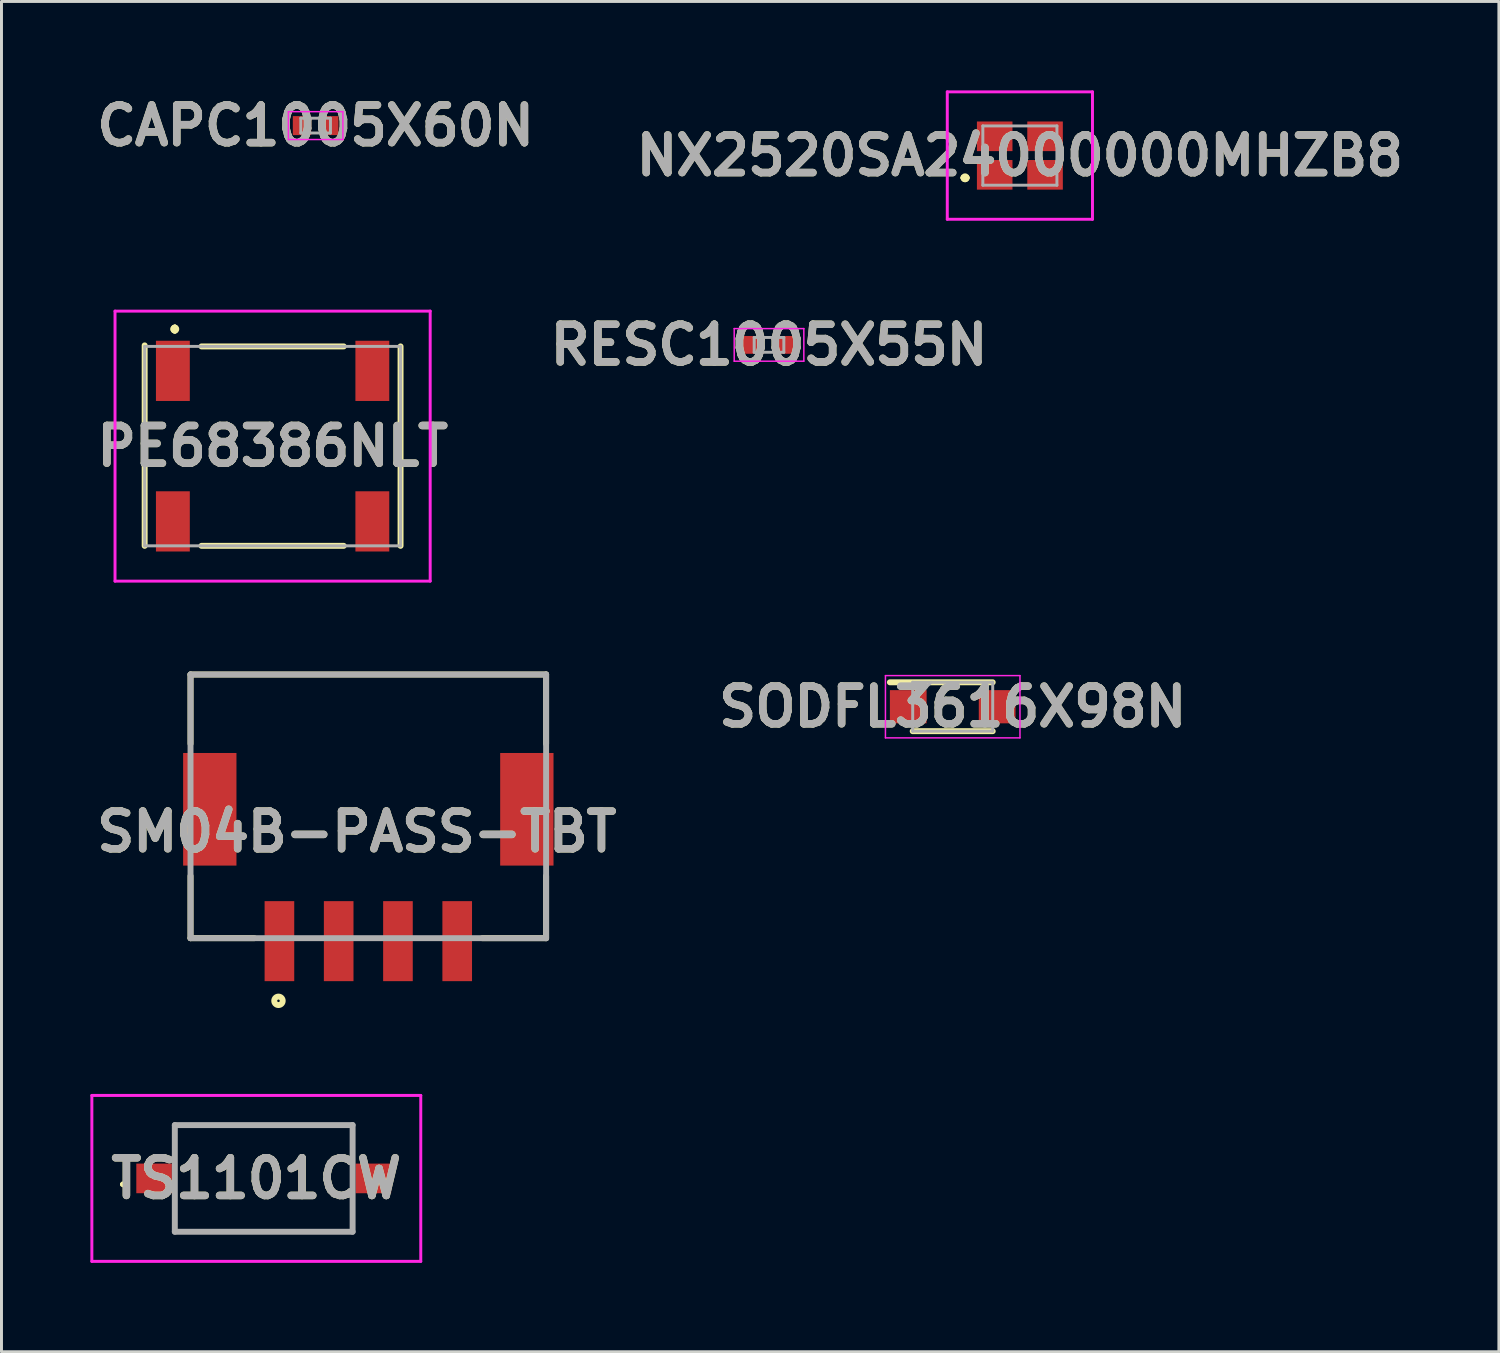
<source format=kicad_pcb>
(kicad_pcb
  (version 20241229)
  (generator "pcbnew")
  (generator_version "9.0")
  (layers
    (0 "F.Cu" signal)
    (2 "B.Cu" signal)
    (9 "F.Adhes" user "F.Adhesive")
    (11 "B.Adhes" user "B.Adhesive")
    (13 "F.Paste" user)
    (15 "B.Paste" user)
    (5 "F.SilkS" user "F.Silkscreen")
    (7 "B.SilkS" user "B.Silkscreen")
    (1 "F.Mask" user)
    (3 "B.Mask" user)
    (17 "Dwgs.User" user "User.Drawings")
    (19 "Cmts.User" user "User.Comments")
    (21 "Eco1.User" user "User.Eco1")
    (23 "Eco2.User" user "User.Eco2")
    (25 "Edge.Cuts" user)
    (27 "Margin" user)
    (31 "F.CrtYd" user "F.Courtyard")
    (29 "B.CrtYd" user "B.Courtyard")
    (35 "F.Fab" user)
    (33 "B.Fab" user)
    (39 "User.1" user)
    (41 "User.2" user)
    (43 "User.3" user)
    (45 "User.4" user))
  (footprint "SODFL3616X98N"
    (layer "F.Cu")
    (at 29.102 20.801)
    (property "Reference" "SODFL3616X98N" (at 0 0 0) (layer "F.SilkS") (effects (font (size 1.27 1.27) (thickness 0.254))))
    (attr smd)
    (fp_line (start -2.12 -0.825) (end 1.35 -0.825) (stroke (width 0.2) (type solid)) (layer "F.SilkS"))
    (fp_line (start -1.35 0.825) (end 1.35 0.825) (stroke (width 0.2) (type solid)) (layer "F.SilkS"))
    (fp_line (start -2.27 -1.05) (end 2.27 -1.05) (stroke (width 0.05) (type solid)) (layer "F.CrtYd"))
    (fp_line (start -2.27 1.05) (end -2.27 -1.05) (stroke (width 0.05) (type solid)) (layer "F.CrtYd"))
    (fp_line (start 2.27 -1.05) (end 2.27 1.05) (stroke (width 0.05) (type solid)) (layer "F.CrtYd"))
    (fp_line (start 2.27 1.05) (end -2.27 1.05) (stroke (width 0.05) (type solid)) (layer "F.CrtYd"))
    (fp_line (start -1.35 -0.825) (end 1.35 -0.825) (stroke (width 0.1) (type solid)) (layer "F.Fab"))
    (fp_line (start -1.35 -0.205) (end -0.73 -0.825) (stroke (width 0.1) (type solid)) (layer "F.Fab"))
    (fp_line (start -1.35 0.825) (end -1.35 -0.825) (stroke (width 0.1) (type solid)) (layer "F.Fab"))
    (fp_line (start 1.35 -0.825) (end 1.35 0.825) (stroke (width 0.1) (type solid)) (layer "F.Fab"))
    (fp_line (start 1.35 0.825) (end -1.35 0.825) (stroke (width 0.1) (type solid)) (layer "F.Fab"))
    (fp_text user "${REFERENCE}" (at 0 0 0) (layer "F.Fab") (effects (font (size 1.27 1.27) (thickness 0.254))))
    (pad "1" smd rect (at -1.5 0 90) (size 1.12 1.24) (layers "F.Cu" "F.Mask" "F.Paste"))
    (pad "2" smd rect (at 1.5 0 90) (size 1.12 1.24) (layers "F.Cu" "F.Mask" "F.Paste")))
  (footprint "NX2520SA24000000MHZB8"
    (layer "F.Cu")
    (at 31.369 2.2)
    (property "Reference" "NX2520SA24000000MHZB8" (at 0 0 0) (layer "F.SilkS") (effects (font (size 1.27 1.27) (thickness 0.254))))
    (attr smd)
    (fp_line (start -1.9 0.75) (end -1.9 0.75) (stroke (width 0.2) (type solid)) (layer "F.SilkS"))
    (fp_line (start -1.9 0.75) (end -1.9 0.75) (stroke (width 0.2) (type solid)) (layer "F.SilkS"))
    (fp_line (start -1.8 0.75) (end -1.8 0.75) (stroke (width 0.2) (type solid)) (layer "F.SilkS"))
    (fp_arc (start -1.9 0.75) (mid -1.85 0.7) (end -1.8 0.75) (stroke (width 0.2) (type solid)) (layer "F.SilkS"))
    (fp_arc (start -1.8 0.75) (mid -1.85 0.8) (end -1.9 0.75) (stroke (width 0.2) (type solid)) (layer "F.SilkS"))
    (fp_arc (start -1.8 0.75) (mid -1.85 0.8) (end -1.9 0.75) (stroke (width 0.2) (type solid)) (layer "F.SilkS"))
    (fp_line (start -2.45 -2.15) (end 2.45 -2.15) (stroke (width 0.1) (type solid)) (layer "F.CrtYd"))
    (fp_line (start -2.45 2.15) (end -2.45 -2.15) (stroke (width 0.1) (type solid)) (layer "F.CrtYd"))
    (fp_line (start 2.45 -2.15) (end 2.45 2.15) (stroke (width 0.1) (type solid)) (layer "F.CrtYd"))
    (fp_line (start 2.45 2.15) (end -2.45 2.15) (stroke (width 0.1) (type solid)) (layer "F.CrtYd"))
    (fp_line (start -1.25 -1) (end -1.25 1) (stroke (width 0.1) (type solid)) (layer "F.Fab"))
    (fp_line (start -1.25 1) (end 1.25 1) (stroke (width 0.1) (type solid)) (layer "F.Fab"))
    (fp_line (start 1.25 -1) (end -1.25 -1) (stroke (width 0.1) (type solid)) (layer "F.Fab"))
    (fp_line (start 1.25 1) (end 1.25 -1) (stroke (width 0.1) (type solid)) (layer "F.Fab"))
    (fp_text user "${REFERENCE}" (at 0 0 0) (layer "F.Fab") (effects (font (size 1.27 1.27) (thickness 0.254))))
    (pad "1" smd rect (at -0.85 0.65 90) (size 1 1.2) (layers "F.Cu" "F.Mask" "F.Paste"))
    (pad "2" smd rect (at 0.85 0.65 90) (size 1 1.2) (layers "F.Cu" "F.Mask" "F.Paste"))
    (pad "3" smd rect (at 0.85 -0.65 90) (size 1 1.2) (layers "F.Cu" "F.Mask" "F.Paste"))
    (pad "4" smd rect (at -0.85 -0.65 90) (size 1 1.2) (layers "F.Cu" "F.Mask" "F.Paste")))
  (footprint "TS1101CW"
    (layer "F.Cu")
    (at 5.85 36.719)
    (property "Reference" "TS1101CW" (at -0.25 0 0) (layer "F.SilkS") (effects (font (size 1.27 1.27) (thickness 0.254))))
    (attr smd)
    (fp_line (start -4.8 0.2) (end -4.8 0.2) (stroke (width 0.1) (type solid)) (layer "F.SilkS"))
    (fp_line (start -4.7 0.2) (end -4.7 0.2) (stroke (width 0.1) (type solid)) (layer "F.SilkS"))
    (fp_line (start -3 -1.8) (end 3 -1.8) (stroke (width 0.1) (type solid)) (layer "F.SilkS"))
    (fp_line (start -3 -0.9) (end -3 -1.8) (stroke (width 0.1) (type solid)) (layer "F.SilkS"))
    (fp_line (start -3 0.9) (end -3 1.8) (stroke (width 0.1) (type solid)) (layer "F.SilkS"))
    (fp_line (start -3 1.8) (end 3 1.8) (stroke (width 0.1) (type solid)) (layer "F.SilkS"))
    (fp_line (start 3 -1.8) (end 3 -0.9) (stroke (width 0.1) (type solid)) (layer "F.SilkS"))
    (fp_line (start 3 1.8) (end 3 0.9) (stroke (width 0.1) (type solid)) (layer "F.SilkS"))
    (fp_arc (start -4.8 0.2) (mid -4.75 0.15) (end -4.7 0.2) (stroke (width 0.1) (type solid)) (layer "F.SilkS"))
    (fp_arc (start -4.7 0.2) (mid -4.75 0.25) (end -4.8 0.2) (stroke (width 0.1) (type solid)) (layer "F.SilkS"))
    (fp_line (start -5.8 -2.8) (end 5.3 -2.8) (stroke (width 0.1) (type solid)) (layer "F.CrtYd"))
    (fp_line (start -5.8 2.8) (end -5.8 -2.8) (stroke (width 0.1) (type solid)) (layer "F.CrtYd"))
    (fp_line (start 5.3 -2.8) (end 5.3 2.8) (stroke (width 0.1) (type solid)) (layer "F.CrtYd"))
    (fp_line (start 5.3 2.8) (end -5.8 2.8) (stroke (width 0.1) (type solid)) (layer "F.CrtYd"))
    (fp_line (start -3 -1.8) (end 3 -1.8) (stroke (width 0.2) (type solid)) (layer "F.Fab"))
    (fp_line (start -3 1.8) (end -3 -1.8) (stroke (width 0.2) (type solid)) (layer "F.Fab"))
    (fp_line (start 3 -1.8) (end 3 1.8) (stroke (width 0.2) (type solid)) (layer "F.Fab"))
    (fp_line (start 3 1.8) (end -3 1.8) (stroke (width 0.2) (type solid)) (layer "F.Fab"))
    (fp_text user "${REFERENCE}" (at -0.25 0 0) (layer "F.Fab") (effects (font (size 1.27 1.27) (thickness 0.254))))
    (pad "1" smd rect (at -3.7 0 90) (size 1 1.2) (layers "F.Cu" "F.Mask" "F.Paste"))
    (pad "2" smd rect (at 3.7 0 90) (size 1 1.2) (layers "F.Cu" "F.Mask" "F.Paste")))
  (footprint "CAPC1005X60N"
    (layer "F.Cu")
    (at 7.602 1.189)
    (property "Reference" "CAPC1005X60N" (at 0 0 0) (layer "F.SilkS") (effects (font (size 1.27 1.27) (thickness 0.254))))
    (attr smd)
    (fp_line (start -0.92 -0.47) (end 0.92 -0.47) (stroke (width 0.05) (type solid)) (layer "F.CrtYd"))
    (fp_line (start -0.92 0.47) (end -0.92 -0.47) (stroke (width 0.05) (type solid)) (layer "F.CrtYd"))
    (fp_line (start 0.92 -0.47) (end 0.92 0.47) (stroke (width 0.05) (type solid)) (layer "F.CrtYd"))
    (fp_line (start 0.92 0.47) (end -0.92 0.47) (stroke (width 0.05) (type solid)) (layer "F.CrtYd"))
    (fp_line (start -0.5 -0.25) (end 0.5 -0.25) (stroke (width 0.1) (type solid)) (layer "F.Fab"))
    (fp_line (start -0.5 0.25) (end -0.5 -0.25) (stroke (width 0.1) (type solid)) (layer "F.Fab"))
    (fp_line (start 0.5 -0.25) (end 0.5 0.25) (stroke (width 0.1) (type solid)) (layer "F.Fab"))
    (fp_line (start 0.5 0.25) (end -0.5 0.25) (stroke (width 0.1) (type solid)) (layer "F.Fab"))
    (fp_text user "${REFERENCE}" (at 0 0 0) (layer "F.Fab") (effects (font (size 1.27 1.27) (thickness 0.254))))
    (pad "1" smd rect (at -0.46 0) (size 0.62 0.64) (layers "F.Cu" "F.Mask" "F.Paste"))
    (pad "2" smd rect (at 0.46 0) (size 0.62 0.64) (layers "F.Cu" "F.Mask" "F.Paste")))
  (footprint "SM04B-PASS-TBT"
    (layer "F.Cu")
    (at 9.38 28.612)
    (property "Reference" "SM04B-PASS-TBT" (at -0.387 -3.593 0) (layer "F.SilkS") (effects (font (size 1.27 1.27) (thickness 0.254))))
    (attr smd)
    (fp_line (start -6 -8.9) (end -6 -6.562) (stroke (width 0.2) (type solid)) (layer "F.SilkS"))
    (fp_line (start -6 -8.9) (end 6 -8.9) (stroke (width 0.2) (type solid)) (layer "F.SilkS"))
    (fp_line (start -6 0) (end -6 -2.1) (stroke (width 0.2) (type solid)) (layer "F.SilkS"))
    (fp_line (start -6 0) (end -3.847 0) (stroke (width 0.2) (type solid)) (layer "F.SilkS"))
    (fp_line (start 6 -8.9) (end 6 -6.562) (stroke (width 0.2) (type solid)) (layer "F.SilkS"))
    (fp_line (start 6 0) (end 3.847 0) (stroke (width 0.2) (type solid)) (layer "F.SilkS"))
    (fp_line (start 6 0) (end 6 -2.1) (stroke (width 0.2) (type solid)) (layer "F.SilkS"))
    (fp_circle (center -3.032 2.114) (end -3.032 2.157) (stroke (width 0.2) (type solid)) (fill no) (layer "F.SilkS"))
    (fp_line (start -6 -8.9) (end 6 -8.9) (stroke (width 0.2) (type solid)) (layer "F.Fab"))
    (fp_line (start -6 0) (end -6 -8.9) (stroke (width 0.2) (type solid)) (layer "F.Fab"))
    (fp_line (start 6 -8.9) (end 6 0) (stroke (width 0.2) (type solid)) (layer "F.Fab"))
    (fp_line (start 6 0) (end -6 0) (stroke (width 0.2) (type solid)) (layer "F.Fab"))
    (fp_text user "${REFERENCE}" (at -0.387 -3.593 0) (layer "F.Fab") (effects (font (size 1.27 1.27) (thickness 0.254))))
    (pad "1" smd rect (at -3 0.1) (size 1 2.7) (layers "F.Cu" "F.Mask" "F.Paste"))
    (pad "2" smd rect (at -1 0.1) (size 1 2.7) (layers "F.Cu" "F.Mask" "F.Paste"))
    (pad "3" smd rect (at 1 0.1) (size 1 2.7) (layers "F.Cu" "F.Mask" "F.Paste"))
    (pad "4" smd rect (at 3 0.1) (size 1 2.7) (layers "F.Cu" "F.Mask" "F.Paste"))
    (pad "5" smd rect (at -5.35 -4.35) (size 1.8 3.8) (layers "F.Cu" "F.Mask" "F.Paste"))
    (pad "6" smd rect (at 5.35 -4.35) (size 1.8 3.8) (layers "F.Cu" "F.Mask" "F.Paste")))
  (footprint "RESC1005X55N"
    (layer "F.Cu")
    (at 22.903 8.589)
    (property "Reference" "RESC1005X55N" (at 0 0 0) (layer "F.SilkS") (effects (font (size 1.27 1.27) (thickness 0.254))))
    (attr smd)
    (fp_line (start -1.175 -0.55) (end 1.175 -0.55) (stroke (width 0.05) (type solid)) (layer "F.CrtYd"))
    (fp_line (start -1.175 0.55) (end -1.175 -0.55) (stroke (width 0.05) (type solid)) (layer "F.CrtYd"))
    (fp_line (start 1.175 -0.55) (end 1.175 0.55) (stroke (width 0.05) (type solid)) (layer "F.CrtYd"))
    (fp_line (start 1.175 0.55) (end -1.175 0.55) (stroke (width 0.05) (type solid)) (layer "F.CrtYd"))
    (fp_line (start -0.5 -0.25) (end 0.5 -0.25) (stroke (width 0.1) (type solid)) (layer "F.Fab"))
    (fp_line (start -0.5 0.25) (end -0.5 -0.25) (stroke (width 0.1) (type solid)) (layer "F.Fab"))
    (fp_line (start 0.5 -0.25) (end 0.5 0.25) (stroke (width 0.1) (type solid)) (layer "F.Fab"))
    (fp_line (start 0.5 0.25) (end -0.5 0.25) (stroke (width 0.1) (type solid)) (layer "F.Fab"))
    (fp_text user "${REFERENCE}" (at 0 0 0) (layer "F.Fab") (effects (font (size 1.27 1.27) (thickness 0.254))))
    (pad "1" smd rect (at -0.55 0 90) (size 0.6 0.75) (layers "F.Cu" "F.Mask" "F.Paste"))
    (pad "2" smd rect (at 0.55 0 90) (size 0.6 0.75) (layers "F.Cu" "F.Mask" "F.Paste")))
  (footprint "PE68386NLT"
    (layer "F.Cu")
    (at 6.15 12.006)
    (property "Reference" "PE68386NLT" (at 0 0 0) (layer "F.SilkS") (effects (font (size 1.27 1.27) (thickness 0.254))))
    (attr smd)
    (fp_line (start -4.318 -3.4) (end -4.318 3.365) (stroke (width 0.2) (type solid)) (layer "F.SilkS"))
    (fp_line (start -3.3 -4) (end -3.3 -4) (stroke (width 0.2) (type solid)) (layer "F.SilkS"))
    (fp_line (start -3.3 -4) (end -3.3 -4) (stroke (width 0.2) (type solid)) (layer "F.SilkS"))
    (fp_line (start -3.3 -3.9) (end -3.3 -3.9) (stroke (width 0.2) (type solid)) (layer "F.SilkS"))
    (fp_line (start -2.4 3.365) (end 2.4 3.365) (stroke (width 0.2) (type solid)) (layer "F.SilkS"))
    (fp_line (start 2.4 -3.365) (end -2.4 -3.365) (stroke (width 0.2) (type solid)) (layer "F.SilkS"))
    (fp_line (start 4.318 3.365) (end 4.318 -3.365) (stroke (width 0.2) (type solid)) (layer "F.SilkS"))
    (fp_arc (start -3.3 -4) (mid -3.25 -3.95) (end -3.3 -3.9) (stroke (width 0.2) (type solid)) (layer "F.SilkS"))
    (fp_arc (start -3.3 -3.9) (mid -3.35 -3.95) (end -3.3 -4) (stroke (width 0.2) (type solid)) (layer "F.SilkS"))
    (fp_arc (start -3.3 -3.9) (mid -3.35 -3.95) (end -3.3 -4) (stroke (width 0.2) (type solid)) (layer "F.SilkS"))
    (fp_line (start -5.318 -4.556) (end 5.318 -4.556) (stroke (width 0.1) (type solid)) (layer "F.CrtYd"))
    (fp_line (start -5.318 4.556) (end -5.318 -4.556) (stroke (width 0.1) (type solid)) (layer "F.CrtYd"))
    (fp_line (start 5.318 -4.556) (end 5.318 4.556) (stroke (width 0.1) (type solid)) (layer "F.CrtYd"))
    (fp_line (start 5.318 4.556) (end -5.318 4.556) (stroke (width 0.1) (type solid)) (layer "F.CrtYd"))
    (fp_line (start -4.318 -3.365) (end -4.318 3.365) (stroke (width 0.1) (type solid)) (layer "F.Fab"))
    (fp_line (start -4.318 3.365) (end 4.318 3.365) (stroke (width 0.1) (type solid)) (layer "F.Fab"))
    (fp_line (start 4.318 -3.365) (end -4.318 -3.365) (stroke (width 0.1) (type solid)) (layer "F.Fab"))
    (fp_line (start 4.318 3.365) (end 4.318 -3.365) (stroke (width 0.1) (type solid)) (layer "F.Fab"))
    (fp_text user "${REFERENCE}" (at 0 0 0) (layer "F.Fab") (effects (font (size 1.27 1.27) (thickness 0.254))))
    (pad "1" smd rect (at -3.366 -2.54) (size 1.143 2.032) (layers "F.Cu" "F.Mask" "F.Paste"))
    (pad "2" smd rect (at -3.366 2.54) (size 1.143 2.032) (layers "F.Cu" "F.Mask" "F.Paste"))
    (pad "3" smd rect (at 3.366 2.54) (size 1.143 2.032) (layers "F.Cu" "F.Mask" "F.Paste"))
    (pad "4" smd rect (at 3.366 -2.54) (size 1.143 2.032) (layers "F.Cu" "F.Mask" "F.Paste")))
  (gr_rect
    (start -3 -3)
    (end 47.535 42.569)
    (stroke (width 0.1) (type default))
    (fill no)
    (layer "Edge.Cuts")))
</source>
